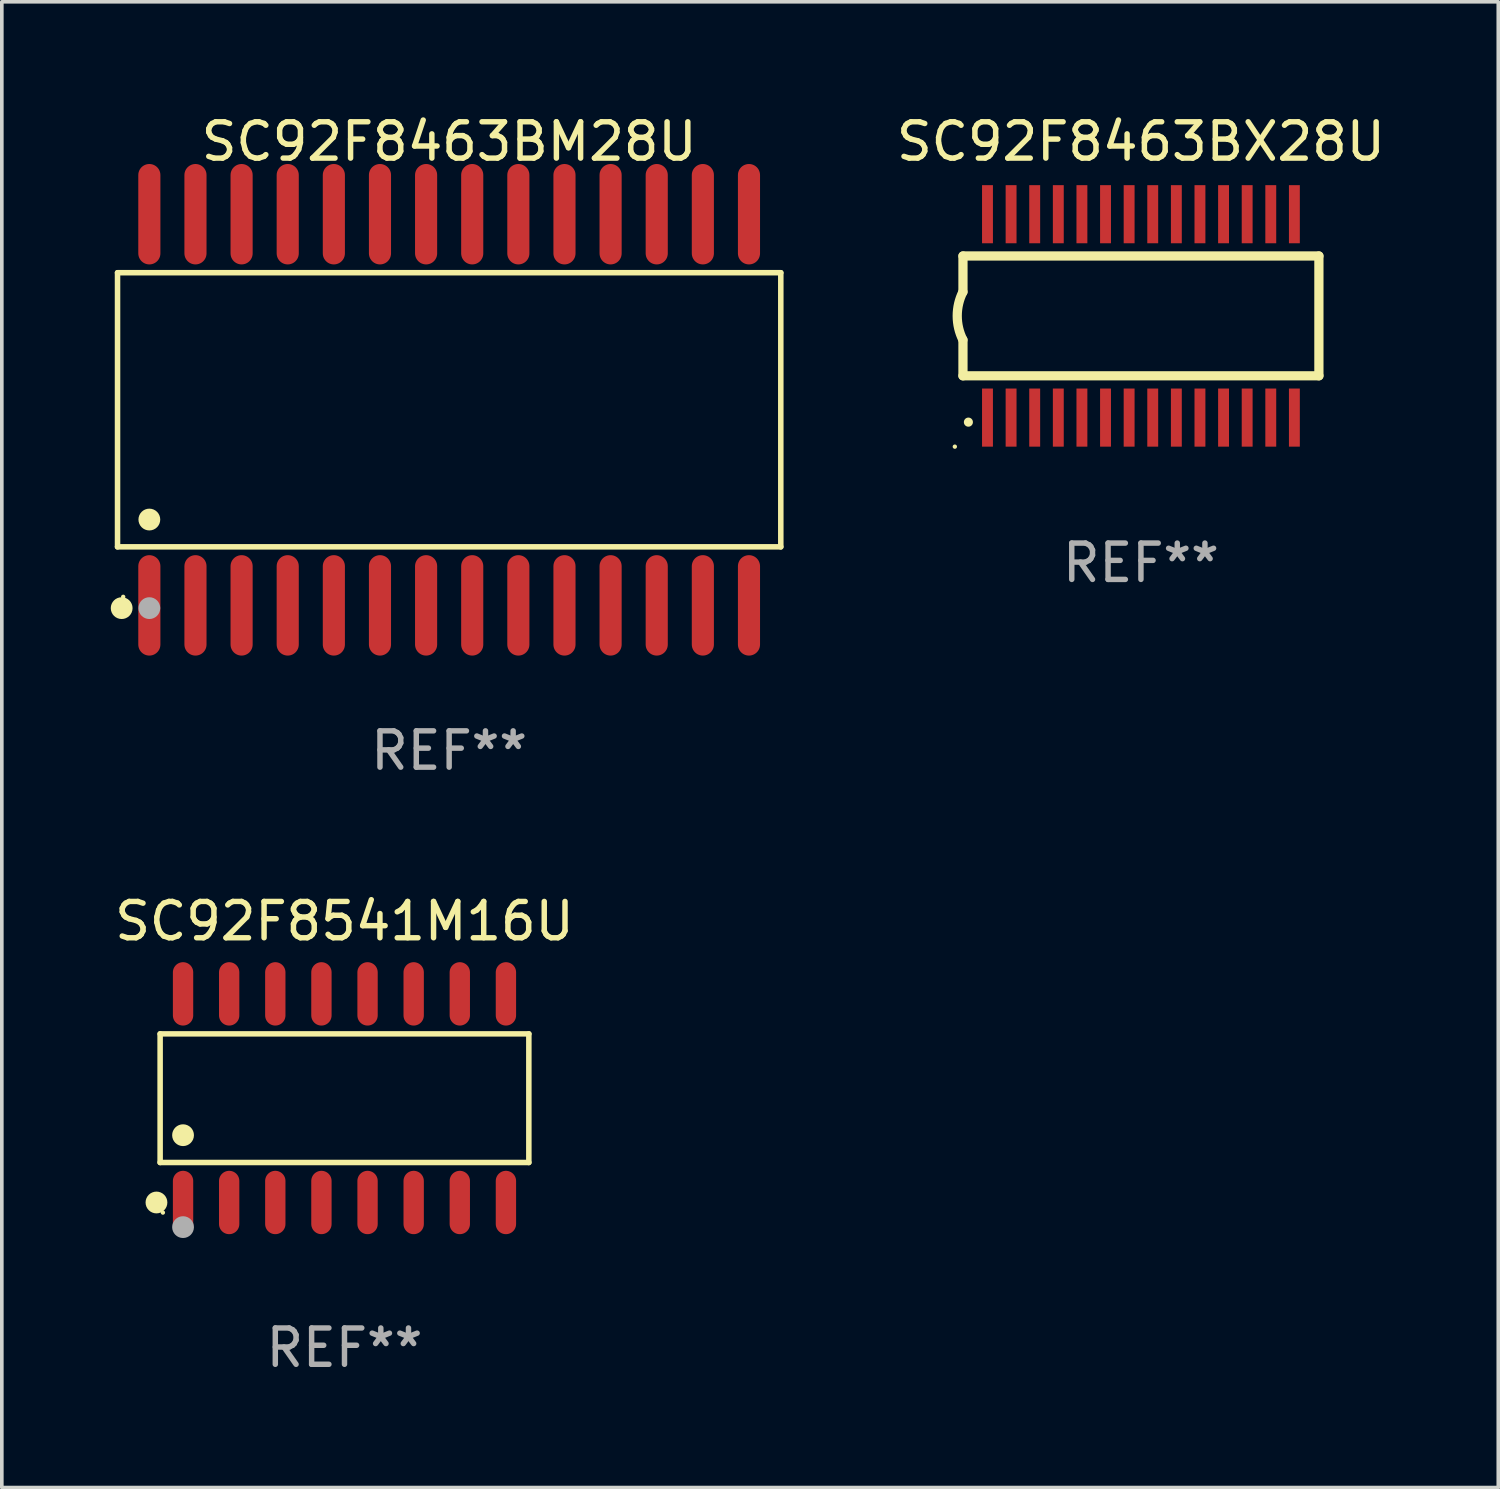
<source format=kicad_pcb>
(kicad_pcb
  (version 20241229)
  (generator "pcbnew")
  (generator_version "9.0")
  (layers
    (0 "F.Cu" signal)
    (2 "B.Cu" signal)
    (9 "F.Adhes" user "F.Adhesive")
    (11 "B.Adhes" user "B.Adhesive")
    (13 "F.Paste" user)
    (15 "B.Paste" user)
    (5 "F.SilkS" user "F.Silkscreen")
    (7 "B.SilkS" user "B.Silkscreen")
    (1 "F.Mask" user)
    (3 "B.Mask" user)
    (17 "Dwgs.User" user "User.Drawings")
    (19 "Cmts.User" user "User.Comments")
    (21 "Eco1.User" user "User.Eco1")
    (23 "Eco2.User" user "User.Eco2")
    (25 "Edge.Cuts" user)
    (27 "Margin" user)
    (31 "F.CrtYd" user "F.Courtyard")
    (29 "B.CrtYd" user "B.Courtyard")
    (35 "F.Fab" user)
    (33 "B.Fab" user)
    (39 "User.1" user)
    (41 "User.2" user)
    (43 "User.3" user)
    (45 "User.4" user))
  (footprint "SC92F8463BM28U"
    (layer "F.Cu")
    (at 9.317 8.233)
    (property "Reference" "SC92F8463BM28U" (at 0 -7.385 0) (layer "F.SilkS") (effects (font (size 1 1) (thickness 0.15))))
    (attr through_hole)
    (fp_line (start -9.131 -3.774) (end 9.131 -3.774) (stroke (width 0.152) (type solid)) (layer "F.SilkS"))
    (fp_line (start -9.131 3.774) (end -9.131 -3.774) (stroke (width 0.152) (type solid)) (layer "F.SilkS"))
    (fp_line (start 9.131 -3.774) (end 9.131 3.774) (stroke (width 0.152) (type solid)) (layer "F.SilkS"))
    (fp_line (start 9.131 3.774) (end -9.131 3.774) (stroke (width 0.152) (type solid)) (layer "F.SilkS"))
    (fp_circle (center -9.017 5.461) (end -8.867 5.461) (stroke (width 0.3) (type solid)) (fill no) (layer "F.SilkS"))
    (fp_circle (center -8.975 5.15) (end -8.945 5.15) (stroke (width 0.06) (type solid)) (fill no) (layer "F.SilkS"))
    (fp_circle (center -8.255 3.022) (end -8.105 3.022) (stroke (width 0.3) (type solid)) (fill no) (layer "F.SilkS"))
    (fp_circle (center -8.255 5.461) (end -8.105 5.461) (stroke (width 0.3) (type solid)) (fill no) (layer "F.Fab"))
    (fp_text user "REF**" (at 0 9.385 0) (layer "F.Fab") (effects (font (size 1 1) (thickness 0.15))))
    (pad "1" smd oval (at -8.255 5.385) (size 0.609 2.765) (layers "F.Cu" "F.Mask" "F.Paste"))
    (pad "2" smd oval (at -6.985 5.385) (size 0.609 2.765) (layers "F.Cu" "F.Mask" "F.Paste"))
    (pad "3" smd oval (at -5.715 5.385) (size 0.609 2.765) (layers "F.Cu" "F.Mask" "F.Paste"))
    (pad "4" smd oval (at -4.445 5.385) (size 0.609 2.765) (layers "F.Cu" "F.Mask" "F.Paste"))
    (pad "5" smd oval (at -3.175 5.385) (size 0.609 2.765) (layers "F.Cu" "F.Mask" "F.Paste"))
    (pad "6" smd oval (at -1.905 5.385) (size 0.609 2.765) (layers "F.Cu" "F.Mask" "F.Paste"))
    (pad "7" smd oval (at -0.635 5.385) (size 0.609 2.765) (layers "F.Cu" "F.Mask" "F.Paste"))
    (pad "8" smd oval (at 0.635 5.385) (size 0.609 2.765) (layers "F.Cu" "F.Mask" "F.Paste"))
    (pad "9" smd oval (at 1.905 5.385) (size 0.609 2.765) (layers "F.Cu" "F.Mask" "F.Paste"))
    (pad "10" smd oval (at 3.175 5.385) (size 0.609 2.765) (layers "F.Cu" "F.Mask" "F.Paste"))
    (pad "11" smd oval (at 4.445 5.385) (size 0.609 2.765) (layers "F.Cu" "F.Mask" "F.Paste"))
    (pad "12" smd oval (at 5.715 5.385) (size 0.609 2.765) (layers "F.Cu" "F.Mask" "F.Paste"))
    (pad "13" smd oval (at 6.985 5.385) (size 0.609 2.765) (layers "F.Cu" "F.Mask" "F.Paste"))
    (pad "14" smd oval (at 8.255 5.385) (size 0.609 2.765) (layers "F.Cu" "F.Mask" "F.Paste"))
    (pad "15" smd oval (at 8.255 -5.385) (size 0.609 2.765) (layers "F.Cu" "F.Mask" "F.Paste"))
    (pad "16" smd oval (at 6.985 -5.385) (size 0.609 2.765) (layers "F.Cu" "F.Mask" "F.Paste"))
    (pad "17" smd oval (at 5.715 -5.385) (size 0.609 2.765) (layers "F.Cu" "F.Mask" "F.Paste"))
    (pad "18" smd oval (at 4.445 -5.385) (size 0.609 2.765) (layers "F.Cu" "F.Mask" "F.Paste"))
    (pad "19" smd oval (at 3.175 -5.385) (size 0.609 2.765) (layers "F.Cu" "F.Mask" "F.Paste"))
    (pad "20" smd oval (at 1.905 -5.385) (size 0.609 2.765) (layers "F.Cu" "F.Mask" "F.Paste"))
    (pad "21" smd oval (at 0.635 -5.385) (size 0.609 2.765) (layers "F.Cu" "F.Mask" "F.Paste"))
    (pad "22" smd oval (at -0.635 -5.385) (size 0.609 2.765) (layers "F.Cu" "F.Mask" "F.Paste"))
    (pad "23" smd oval (at -1.905 -5.385) (size 0.609 2.765) (layers "F.Cu" "F.Mask" "F.Paste"))
    (pad "24" smd oval (at -3.175 -5.385) (size 0.609 2.765) (layers "F.Cu" "F.Mask" "F.Paste"))
    (pad "25" smd oval (at -4.445 -5.385) (size 0.609 2.765) (layers "F.Cu" "F.Mask" "F.Paste"))
    (pad "26" smd oval (at -5.715 -5.385) (size 0.609 2.765) (layers "F.Cu" "F.Mask" "F.Paste"))
    (pad "27" smd oval (at -6.985 -5.385) (size 0.609 2.765) (layers "F.Cu" "F.Mask" "F.Paste"))
    (pad "28" smd oval (at -8.255 -5.385) (size 0.609 2.765) (layers "F.Cu" "F.Mask" "F.Paste")))
  (footprint "SC92F8541M16U"
    (layer "F.Cu")
    (at 6.435 27.187)
    (property "Reference" "SC92F8541M16U" (at 0 -4.872 0) (layer "F.SilkS") (effects (font (size 1 1) (thickness 0.15))))
    (attr through_hole)
    (fp_line (start -5.076 -1.771) (end 5.076 -1.771) (stroke (width 0.152) (type solid)) (layer "F.SilkS"))
    (fp_line (start -5.076 1.771) (end -5.076 -1.771) (stroke (width 0.152) (type solid)) (layer "F.SilkS"))
    (fp_line (start 5.076 -1.771) (end 5.076 1.771) (stroke (width 0.152) (type solid)) (layer "F.SilkS"))
    (fp_line (start 5.076 1.771) (end -5.076 1.771) (stroke (width 0.152) (type solid)) (layer "F.SilkS"))
    (fp_circle (center -5.177 2.872) (end -5.027 2.872) (stroke (width 0.3) (type solid)) (fill no) (layer "F.SilkS"))
    (fp_circle (center -5 3.15) (end -4.97 3.15) (stroke (width 0.06) (type solid)) (fill no) (layer "F.SilkS"))
    (fp_circle (center -4.445 1.019) (end -4.295 1.019) (stroke (width 0.3) (type solid)) (fill no) (layer "F.SilkS"))
    (fp_circle (center -4.445 3.55) (end -4.295 3.55) (stroke (width 0.3) (type solid)) (fill no) (layer "F.Fab"))
    (fp_text user "REF**" (at 0 6.872 0) (layer "F.Fab") (effects (font (size 1 1) (thickness 0.15))))
    (pad "1" smd oval (at -4.445 2.872) (size 0.56 1.745) (layers "F.Cu" "F.Mask" "F.Paste"))
    (pad "2" smd oval (at -3.175 2.872) (size 0.56 1.745) (layers "F.Cu" "F.Mask" "F.Paste"))
    (pad "3" smd oval (at -1.905 2.872) (size 0.56 1.745) (layers "F.Cu" "F.Mask" "F.Paste"))
    (pad "4" smd oval (at -0.635 2.872) (size 0.56 1.745) (layers "F.Cu" "F.Mask" "F.Paste"))
    (pad "5" smd oval (at 0.635 2.872) (size 0.56 1.745) (layers "F.Cu" "F.Mask" "F.Paste"))
    (pad "6" smd oval (at 1.905 2.872) (size 0.56 1.745) (layers "F.Cu" "F.Mask" "F.Paste"))
    (pad "7" smd oval (at 3.175 2.872) (size 0.56 1.745) (layers "F.Cu" "F.Mask" "F.Paste"))
    (pad "8" smd oval (at 4.445 2.872) (size 0.56 1.745) (layers "F.Cu" "F.Mask" "F.Paste"))
    (pad "9" smd oval (at 4.445 -2.872) (size 0.56 1.745) (layers "F.Cu" "F.Mask" "F.Paste"))
    (pad "10" smd oval (at 3.175 -2.872) (size 0.56 1.745) (layers "F.Cu" "F.Mask" "F.Paste"))
    (pad "11" smd oval (at 1.905 -2.872) (size 0.56 1.745) (layers "F.Cu" "F.Mask" "F.Paste"))
    (pad "12" smd oval (at 0.635 -2.872) (size 0.56 1.745) (layers "F.Cu" "F.Mask" "F.Paste"))
    (pad "13" smd oval (at -0.635 -2.872) (size 0.56 1.745) (layers "F.Cu" "F.Mask" "F.Paste"))
    (pad "14" smd oval (at -1.905 -2.872) (size 0.56 1.745) (layers "F.Cu" "F.Mask" "F.Paste"))
    (pad "15" smd oval (at -3.175 -2.872) (size 0.56 1.745) (layers "F.Cu" "F.Mask" "F.Paste"))
    (pad "16" smd oval (at -4.445 -2.872) (size 0.56 1.745) (layers "F.Cu" "F.Mask" "F.Paste")))
  (footprint "SC92F8463BX28U"
    (layer "F.Cu")
    (at 28.364 5.648)
    (property "Reference" "SC92F8463BX28U" (at 0 -4.8 0) (layer "F.SilkS") (effects (font (size 1 1) (thickness 0.15))))
    (attr through_hole)
    (fp_line (start -4.9 -1.65) (end -4.9 -0.66) (stroke (width 0.254) (type solid)) (layer "F.SilkS"))
    (fp_line (start -4.9 1.65) (end -4.9 0.659) (stroke (width 0.254) (type solid)) (layer "F.SilkS"))
    (fp_line (start -4.9 -1.65) (end 4.9 -1.65) (stroke (width 0.254) (type solid)) (layer "F.SilkS"))
    (fp_line (start -4.9 1.649) (end 4.9 1.649) (stroke (width 0.254) (type solid)) (layer "F.SilkS"))
    (fp_line (start 4.9 -1.65) (end 4.9 1.649) (stroke (width 0.254) (type solid)) (layer "F.SilkS"))
    (fp_arc (start -4.902197 0.659894) (mid -5.058097 -0.000508) (end -4.902197 -0.660909) (stroke (width 0.254001) (type solid)) (layer "F.SilkS"))
    (fp_arc (start -4.750711 2.926238) (mid -4.750717 2.924968) (end -4.750711 2.923698) (stroke (width 0.24892) (type solid)) (layer "F.SilkS"))
    (fp_circle (center -5.124 3.6) (end -5.094 3.6) (stroke (width 0.06) (type solid)) (fill no) (layer "F.SilkS"))
    (fp_text user "REF**" (at 0 6.8 0) (layer "F.Fab") (effects (font (size 1 1) (thickness 0.15))))
    (pad "1" smd rect (at -4.225 2.8 90) (size 1.6 0.3) (layers "F.Cu" "F.Mask" "F.Paste"))
    (pad "2" smd rect (at -3.575 2.8 90) (size 1.6 0.3) (layers "F.Cu" "F.Mask" "F.Paste"))
    (pad "3" smd rect (at -2.925 2.8 90) (size 1.6 0.3) (layers "F.Cu" "F.Mask" "F.Paste"))
    (pad "4" smd rect (at -2.275 2.8 90) (size 1.6 0.3) (layers "F.Cu" "F.Mask" "F.Paste"))
    (pad "5" smd rect (at -1.625 2.8 90) (size 1.6 0.3) (layers "F.Cu" "F.Mask" "F.Paste"))
    (pad "6" smd rect (at -0.975 2.8 90) (size 1.6 0.3) (layers "F.Cu" "F.Mask" "F.Paste"))
    (pad "7" smd rect (at -0.325 2.8 90) (size 1.6 0.3) (layers "F.Cu" "F.Mask" "F.Paste"))
    (pad "8" smd rect (at 0.325 2.8 90) (size 1.6 0.3) (layers "F.Cu" "F.Mask" "F.Paste"))
    (pad "9" smd rect (at 0.975 2.8 90) (size 1.6 0.3) (layers "F.Cu" "F.Mask" "F.Paste"))
    (pad "10" smd rect (at 1.625 2.8 90) (size 1.6 0.3) (layers "F.Cu" "F.Mask" "F.Paste"))
    (pad "11" smd rect (at 2.275 2.8 90) (size 1.6 0.3) (layers "F.Cu" "F.Mask" "F.Paste"))
    (pad "12" smd rect (at 2.925 2.8 90) (size 1.6 0.3) (layers "F.Cu" "F.Mask" "F.Paste"))
    (pad "13" smd rect (at 3.575 2.8 90) (size 1.6 0.3) (layers "F.Cu" "F.Mask" "F.Paste"))
    (pad "14" smd rect (at 4.225 2.8 90) (size 1.6 0.3) (layers "F.Cu" "F.Mask" "F.Paste"))
    (pad "15" smd rect (at 4.225 -2.8 90) (size 1.6 0.3) (layers "F.Cu" "F.Mask" "F.Paste"))
    (pad "16" smd rect (at 3.575 -2.8 90) (size 1.6 0.3) (layers "F.Cu" "F.Mask" "F.Paste"))
    (pad "17" smd rect (at 2.925 -2.8 90) (size 1.6 0.3) (layers "F.Cu" "F.Mask" "F.Paste"))
    (pad "18" smd rect (at 2.275 -2.8 90) (size 1.6 0.3) (layers "F.Cu" "F.Mask" "F.Paste"))
    (pad "19" smd rect (at 1.625 -2.8 90) (size 1.6 0.3) (layers "F.Cu" "F.Mask" "F.Paste"))
    (pad "20" smd rect (at 0.975 -2.8 90) (size 1.6 0.3) (layers "F.Cu" "F.Mask" "F.Paste"))
    (pad "21" smd rect (at 0.325 -2.8 90) (size 1.6 0.3) (layers "F.Cu" "F.Mask" "F.Paste"))
    (pad "22" smd rect (at -0.325 -2.8 90) (size 1.6 0.3) (layers "F.Cu" "F.Mask" "F.Paste"))
    (pad "23" smd rect (at -0.975 -2.8 90) (size 1.6 0.3) (layers "F.Cu" "F.Mask" "F.Paste"))
    (pad "24" smd rect (at -1.625 -2.8 90) (size 1.6 0.3) (layers "F.Cu" "F.Mask" "F.Paste"))
    (pad "25" smd rect (at -2.275 -2.8 90) (size 1.6 0.3) (layers "F.Cu" "F.Mask" "F.Paste"))
    (pad "26" smd rect (at -2.925 -2.8 90) (size 1.6 0.3) (layers "F.Cu" "F.Mask" "F.Paste"))
    (pad "27" smd rect (at -3.575 -2.8 90) (size 1.6 0.3) (layers "F.Cu" "F.Mask" "F.Paste"))
    (pad "28" smd rect (at -4.225 -2.8 90) (size 1.6 0.3) (layers "F.Cu" "F.Mask" "F.Paste")))
  (gr_rect
    (start -3 -3)
    (end 38.203 37.908)
    (stroke (width 0.1) (type default))
    (fill no)
    (layer "Edge.Cuts")))
</source>
